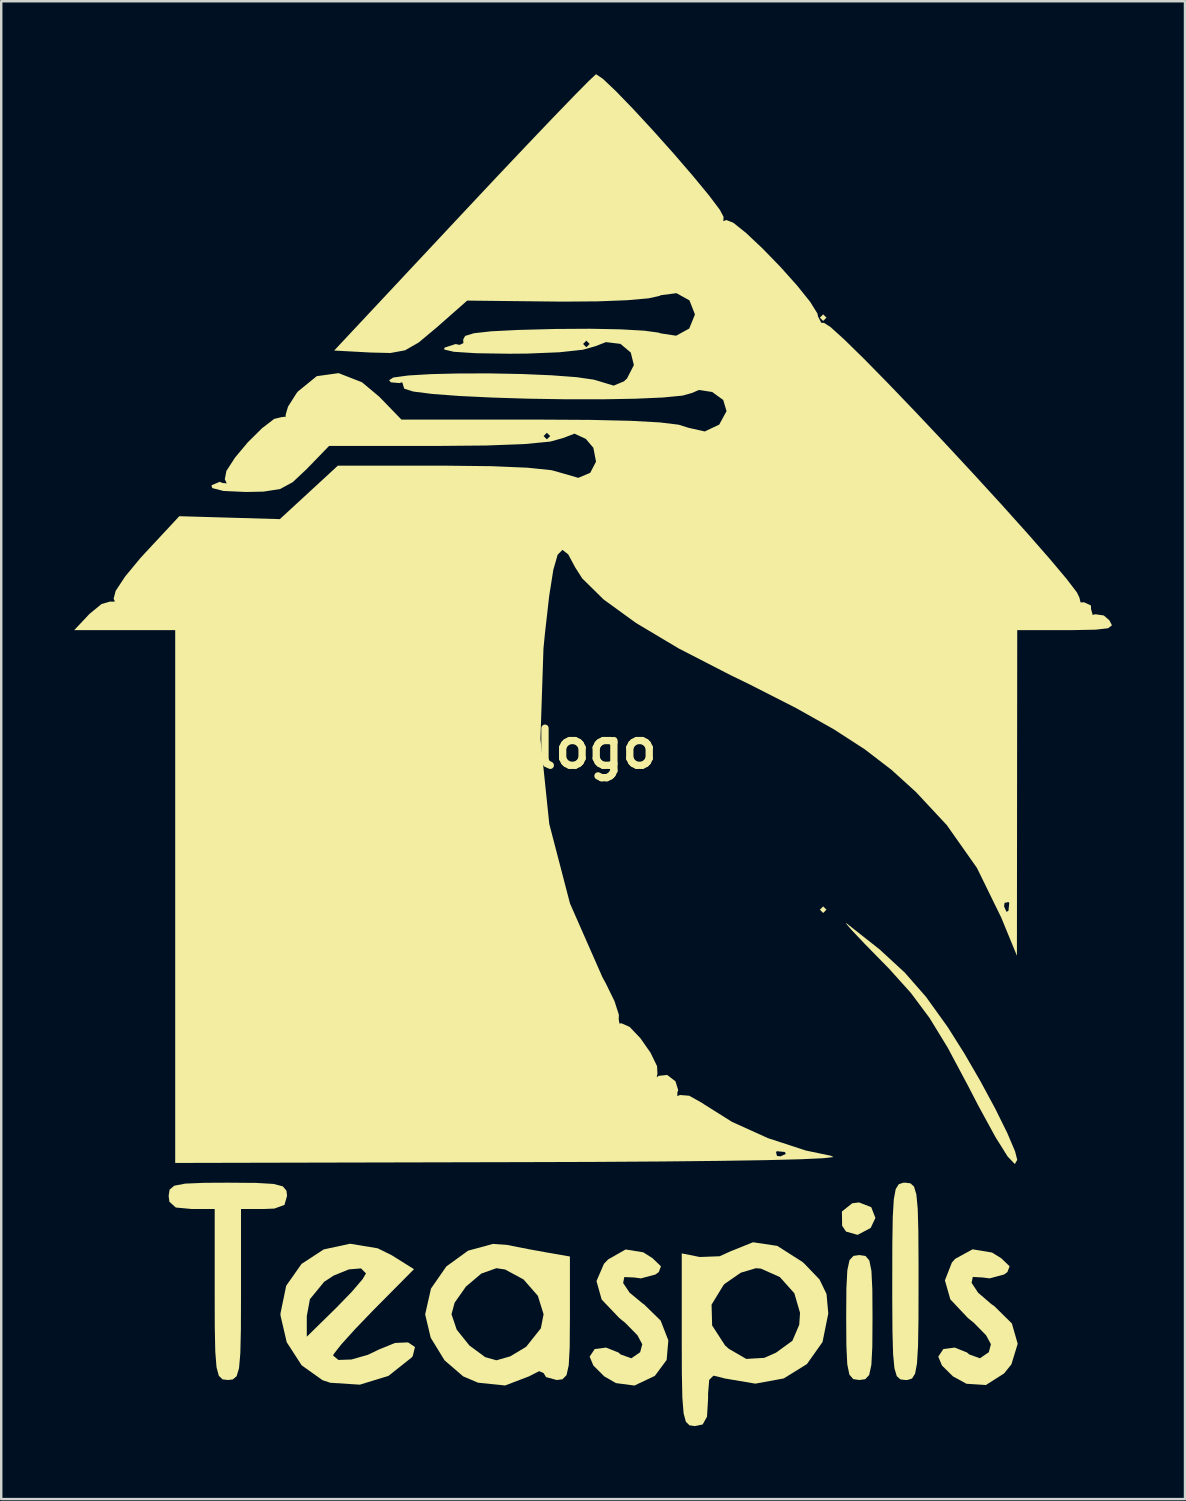
<source format=kicad_pcb>
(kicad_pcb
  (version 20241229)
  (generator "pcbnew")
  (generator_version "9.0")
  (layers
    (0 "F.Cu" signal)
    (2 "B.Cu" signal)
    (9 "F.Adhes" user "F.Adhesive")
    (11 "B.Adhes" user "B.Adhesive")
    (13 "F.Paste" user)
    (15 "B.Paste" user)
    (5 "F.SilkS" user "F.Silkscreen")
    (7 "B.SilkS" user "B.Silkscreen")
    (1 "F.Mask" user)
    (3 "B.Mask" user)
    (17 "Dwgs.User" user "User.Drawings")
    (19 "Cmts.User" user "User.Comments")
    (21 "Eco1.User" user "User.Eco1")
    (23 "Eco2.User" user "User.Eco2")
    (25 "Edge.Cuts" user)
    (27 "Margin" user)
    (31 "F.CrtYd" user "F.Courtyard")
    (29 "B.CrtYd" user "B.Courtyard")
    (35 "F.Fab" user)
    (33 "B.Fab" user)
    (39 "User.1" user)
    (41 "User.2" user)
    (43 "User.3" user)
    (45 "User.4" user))
  (footprint "logo"
    (layer "F.Cu")
    (at 21.441 27.697)
    (property "Reference" "logo" (at 0 0 0) (layer "F.SilkS") (effects (font (size 1.524 1.524) (thickness 0.3))))
    (attr board_only exclude_from_pos_files exclude_from_bom)
    (fp_poly (pts (xy 9.457 -17.699) (xy 9.322 -17.564) (xy 9.187 -17.699) (xy 9.322 -17.834)) (stroke (width 0) (type solid)) (fill yes) (layer "F.SilkS"))
    (fp_poly (pts (xy 9.457 6.62) (xy 9.322 6.755) (xy 9.187 6.62) (xy 9.322 6.485)) (stroke (width 0) (type solid)) (fill yes) (layer "F.SilkS"))
    (fp_poly (pts (xy 11.297 18.84) (xy 11.468 19.282) (xy 11.274 19.693) (xy 10.737 19.977) (xy 10.261 19.842) (xy 10.101 19.603) (xy 10.092 19.017) (xy 10.516 18.68) (xy 10.796 18.645)) (stroke (width 0) (type solid)) (fill yes) (layer "F.SilkS"))
    (fp_poly (pts (xy 11.06 20.845) (xy 11.218 21.028) (xy 11.305 21.456) (xy 11.342 22.229) (xy 11.349 23.373) (xy 11.341 24.567) (xy 11.302 25.319) (xy 11.212 25.733) (xy 11.05 25.906) (xy 10.809 25.94) (xy 10.557 25.902) (xy 10.399 25.719) (xy 10.312 25.291) (xy 10.275 24.518) (xy 10.268 23.373) (xy 10.276 22.18) (xy 10.315 21.427) (xy 10.405 21.014) (xy 10.567 20.841) (xy 10.809 20.806)) (stroke (width 0) (type solid)) (fill yes) (layer "F.SilkS"))
    (fp_poly (pts (xy 11.637 8.249) (xy 12.672 9.202) (xy 13.545 10.199) (xy 14.407 11.398) (xy 14.479 11.507) (xy 15.127 12.535) (xy 15.785 13.671) (xy 16.392 14.796) (xy 16.885 15.794) (xy 17.205 16.547) (xy 17.294 16.896) (xy 17.196 17.069) (xy 16.901 16.761) (xy 16.404 15.968) (xy 15.703 14.685) (xy 15.268 13.845) (xy 14.435 12.283) (xy 13.691 11.067) (xy 12.926 10.041) (xy 12.032 9.047) (xy 11.772 8.782) (xy 11.029 8.024) (xy 10.504 7.469) (xy 10.256 7.184) (xy 10.285 7.183)) (stroke (width 0) (type solid)) (fill yes) (layer "F.SilkS"))
    (fp_poly (pts (xy 12.908 17.861) (xy 13.054 17.994) (xy 13.15 18.314) (xy 13.206 18.901) (xy 13.232 19.836) (xy 13.24 21.199) (xy 13.24 21.887) (xy 13.237 23.445) (xy 13.219 24.543) (xy 13.176 25.26) (xy 13.098 25.679) (xy 12.973 25.878) (xy 12.792 25.937) (xy 12.7 25.94) (xy 12.492 25.914) (xy 12.346 25.781) (xy 12.25 25.461) (xy 12.194 24.873) (xy 12.168 23.938) (xy 12.16 22.576) (xy 12.16 21.887) (xy 12.163 20.329) (xy 12.181 19.232) (xy 12.224 18.514) (xy 12.302 18.096) (xy 12.427 17.897) (xy 12.608 17.837) (xy 12.7 17.834)) (stroke (width 0) (type solid)) (fill yes) (layer "F.SilkS"))
    (fp_poly (pts (xy -13.976 17.843) (xy -13.259 17.885) (xy -12.875 17.984) (xy -12.724 18.161) (xy -12.7 18.374) (xy -12.806 18.747) (xy -13.219 18.897) (xy -13.646 18.915) (xy -14.591 18.915) (xy -14.591 22.428) (xy -14.596 23.862) (xy -14.619 24.842) (xy -14.672 25.453) (xy -14.771 25.783) (xy -14.927 25.916) (xy -15.132 25.94) (xy -15.353 25.911) (xy -15.503 25.764) (xy -15.597 25.414) (xy -15.648 24.775) (xy -15.669 23.76) (xy -15.672 22.428) (xy -15.672 18.915) (xy -16.618 18.915) (xy -17.27 18.854) (xy -17.533 18.618) (xy -17.564 18.374) (xy -17.523 18.118) (xy -17.333 17.958) (xy -16.89 17.873) (xy -16.091 17.839) (xy -15.132 17.834)) (stroke (width 0) (type solid)) (fill yes) (layer "F.SilkS"))
    (fp_poly (pts (xy 16.257 20.703) (xy 16.634 20.936) (xy 16.98 21.268) (xy 16.891 21.505) (xy 16.753 21.606) (xy 16.158 21.765) (xy 15.875 21.728) (xy 15.468 21.706) (xy 15.419 21.949) (xy 15.688 22.355) (xy 16.235 22.825) (xy 16.351 22.903) (xy 17.074 23.618) (xy 17.313 24.451) (xy 17.055 25.295) (xy 16.753 25.67) (xy 16.007 26.145) (xy 15.209 26.094) (xy 14.652 25.79) (xy 14.202 25.343) (xy 14.051 24.979) (xy 14.257 24.669) (xy 14.726 24.607) (xy 15.231 24.809) (xy 15.325 24.89) (xy 15.762 25.047) (xy 16.126 24.798) (xy 16.213 24.47) (xy 16.013 24.1) (xy 15.513 23.591) (xy 15.267 23.392) (xy 14.546 22.627) (xy 14.323 21.847) (xy 14.61 21.113) (xy 14.746 20.961) (xy 15.459 20.571)) (stroke (width 0) (type solid)) (fill yes) (layer "F.SilkS"))
    (fp_poly (pts (xy 1.931 20.694) (xy 2.313 20.936) (xy 2.659 21.268) (xy 2.57 21.505) (xy 2.432 21.606) (xy 1.837 21.765) (xy 1.554 21.728) (xy 1.153 21.711) (xy 1.106 21.955) (xy 1.373 22.354) (xy 1.913 22.8) (xy 1.969 22.837) (xy 2.646 23.498) (xy 2.962 24.31) (xy 2.893 25.115) (xy 2.417 25.758) (xy 2.387 25.78) (xy 1.57 26.167) (xy 0.808 26.066) (xy 0.33 25.79) (xy -0.119 25.343) (xy -0.27 24.979) (xy -0.064 24.669) (xy 0.405 24.607) (xy 0.91 24.809) (xy 1.003 24.89) (xy 1.441 25.047) (xy 1.805 24.798) (xy 1.891 24.47) (xy 1.692 24.1) (xy 1.191 23.591) (xy 0.946 23.392) (xy 0.223 22.633) (xy 0.011 21.875) (xy 0.319 21.163) (xy 0.494 20.983) (xy 1.207 20.577)) (stroke (width 0) (type solid)) (fill yes) (layer "F.SilkS"))
    (fp_poly (pts (xy -8.978 20.529) (xy -8.404 20.812) (xy -7.486 21.387) (xy -9.148 23.063) (xy -9.893 23.837) (xy -10.466 24.47) (xy -10.777 24.865) (xy -10.809 24.934) (xy -10.591 25.115) (xy -10.056 25.097) (xy -9.378 24.905) (xy -8.921 24.684) (xy -8.264 24.417) (xy -7.73 24.394) (xy -7.445 24.584) (xy -7.536 24.955) (xy -7.583 25.016) (xy -8.533 25.769) (xy -9.709 26.131) (xy -10.922 26.053) (xy -11.244 25.946) (xy -12.1 25.336) (xy -12.714 24.387) (xy -12.766 24.161) (xy -11.889 24.161) (xy -10.673 22.968) (xy -10.04 22.315) (xy -9.601 21.802) (xy -9.457 21.561) (xy -9.661 21.355) (xy -10.16 21.396) (xy -10.789 21.651) (xy -11.177 21.907) (xy -11.76 22.619) (xy -11.889 23.314) (xy -11.889 24.161) (xy -12.766 24.161) (xy -12.969 23.288) (xy -12.97 23.206) (xy -12.735 22.067) (xy -12.104 21.17) (xy -11.193 20.575) (xy -10.112 20.342)) (stroke (width 0) (type solid)) (fill yes) (layer "F.SilkS"))
    (fp_poly (pts (xy -3.68 20.388) (xy -2.762 20.568) (xy -1.959 20.714) (xy -1.081 20.866) (xy -1.081 23.403) (xy -1.089 24.588) (xy -1.129 25.333) (xy -1.22 25.74) (xy -1.386 25.909) (xy -1.621 25.94) (xy -2.06 25.821) (xy -2.162 25.655) (xy -2.344 25.576) (xy -2.762 25.79) (xy -3.744 26.164) (xy -4.855 26.05) (xy -5.468 25.788) (xy -6.23 25.131) (xy -6.799 24.203) (xy -7.026 23.248) (xy -7.026 23.238) (xy -5.945 23.238) (xy -5.73 23.873) (xy -5.209 24.522) (xy -4.563 24.999) (xy -4.102 25.13) (xy -3.536 24.969) (xy -2.887 24.58) (xy -2.874 24.57) (xy -2.275 23.817) (xy -2.162 23.238) (xy -2.398 22.481) (xy -2.986 21.809) (xy -3.745 21.399) (xy -4.102 21.347) (xy -4.72 21.567) (xy -5.352 22.102) (xy -5.817 22.765) (xy -5.945 23.238) (xy -7.026 23.238) (xy -6.787 22.182) (xy -6.157 21.275) (xy -5.265 20.627) (xy -4.238 20.348)) (stroke (width 0) (type solid)) (fill yes) (layer "F.SilkS"))
    (fp_poly (pts (xy 7.437 20.43) (xy 8.473 21.091) (xy 8.553 21.163) (xy 9.173 21.811) (xy 9.46 22.405) (xy 9.531 23.192) (xy 9.531 23.215) (xy 9.296 24.379) (xy 8.655 25.285) (xy 7.703 25.875) (xy 6.536 26.089) (xy 5.251 25.871) (xy 5.202 25.853) (xy 4.816 25.76) (xy 4.641 25.934) (xy 4.595 26.495) (xy 4.594 26.733) (xy 4.55 27.447) (xy 4.372 27.766) (xy 4.053 27.832) (xy 3.833 27.802) (xy 3.683 27.657) (xy 3.589 27.309) (xy 3.538 26.673) (xy 3.517 25.664) (xy 3.513 24.285) (xy 3.513 22.843) (xy 4.738 22.843) (xy 4.761 23.699) (xy 5.29 24.516) (xy 5.446 24.657) (xy 6.162 25.073) (xy 6.901 25.03) (xy 7.381 24.819) (xy 8.059 24.327) (xy 8.339 23.671) (xy 8.372 23.181) (xy 8.138 22.376) (xy 7.543 21.711) (xy 6.761 21.363) (xy 6.557 21.347) (xy 5.938 21.532) (xy 5.285 21.984) (xy 5.231 22.036) (xy 4.738 22.843) (xy 3.513 22.843) (xy 3.513 20.739) (xy 4.256 20.887) (xy 5.07 20.856) (xy 5.523 20.65) (xy 6.44 20.281)) (stroke (width 0) (type solid)) (fill yes) (layer "F.SilkS"))
    (fp_poly (pts (xy 0.275 -27.508) (xy 0.813 -26.998) (xy 1.53 -26.257) (xy 2.349 -25.37) (xy 3.191 -24.427) (xy 3.979 -23.513) (xy 4.634 -22.718) (xy 5.078 -22.129) (xy 5.233 -21.834) (xy 5.23 -21.824) (xy 5.222 -21.66) (xy 5.337 -21.711) (xy 5.625 -21.601) (xy 6.158 -21.175) (xy 6.838 -20.534) (xy 7.568 -19.782) (xy 8.25 -19.019) (xy 8.788 -18.349) (xy 9.084 -17.873) (xy 9.112 -17.742) (xy 9.246 -17.487) (xy 9.357 -17.485) (xy 9.624 -17.313) (xy 10.19 -16.801) (xy 10.997 -16.01) (xy 11.988 -15.001) (xy 13.107 -13.835) (xy 14.297 -12.573) (xy 15.501 -11.276) (xy 16.663 -10.006) (xy 17.724 -8.824) (xy 18.63 -7.79) (xy 19.323 -6.965) (xy 19.746 -6.412) (xy 19.849 -6.196) (xy 19.895 -6.002) (xy 20.043 -6.006) (xy 20.321 -5.876) (xy 20.327 -5.722) (xy 20.393 -5.487) (xy 20.499 -5.516) (xy 20.848 -5.466) (xy 21.079 -5.266) (xy 21.185 -5.062) (xy 21.027 -4.941) (xy 20.519 -4.882) (xy 19.572 -4.864) (xy 19.353 -4.864) (xy 17.294 -4.864) (xy 17.287 1.824) (xy 17.281 8.512) (xy 16.633 6.935) (xy 16.412 6.485) (xy 16.753 6.485) (xy 16.852 6.708) (xy 16.933 6.665) (xy 16.966 6.345) (xy 16.933 6.305) (xy 16.773 6.342) (xy 16.753 6.485) (xy 16.412 6.485) (xy 15.64 4.906) (xy 14.402 3.148) (xy 13.134 1.788) (xy 12.128 0.875) (xy 11.036 0.037) (xy 9.763 -0.788) (xy 8.211 -1.661) (xy 6.284 -2.642) (xy 5.516 -3.015) (xy 3.387 -4.111) (xy 1.636 -5.156) (xy 0.303 -6.123) (xy -0.573 -6.985) (xy -0.868 -7.448) (xy -1.152 -7.977) (xy -1.387 -8.16) (xy -1.585 -7.96) (xy -1.762 -7.342) (xy -1.932 -6.268) (xy -2.109 -4.702) (xy -2.167 -4.11) (xy -2.291 -0.396) (xy -1.928 3.099) (xy -1.077 6.366) (xy 0.258 9.401) (xy 0.392 9.644) (xy 0.753 10.382) (xy 0.931 10.938) (xy 0.923 11.115) (xy 0.954 11.298) (xy 1.042 11.288) (xy 1.375 11.438) (xy 1.813 11.898) (xy 2.229 12.493) (xy 2.498 13.046) (xy 2.515 13.348) (xy 2.484 13.504) (xy 2.566 13.445) (xy 2.915 13.408) (xy 3.256 13.671) (xy 3.368 14.037) (xy 3.333 14.123) (xy 3.333 14.279) (xy 3.439 14.232) (xy 3.822 14.263) (xy 4.373 14.573) (xy 4.413 14.604) (xy 5.577 15.336) (xy 7.053 16.004) (xy 8.609 16.513) (xy 9.63 16.726) (xy 9.746 16.78) (xy 9.336 16.828) (xy 8.412 16.871) (xy 6.987 16.908) (xy 5.077 16.938) (xy 2.693 16.963) (xy -0.15 16.981) (xy -3.04 16.99) (xy -17.294 17.023) (xy -17.294 16.573) (xy 7.386 16.573) (xy 7.423 16.734) (xy 7.566 16.753) (xy 7.788 16.654) (xy 7.746 16.573) (xy 7.425 16.541) (xy 7.386 16.573) (xy -17.294 16.573) (xy -17.294 -4.864) (xy -21.441 -4.864) (xy -20.814 -5.531) (xy -20.32 -5.936) (xy -19.944 -6.043) (xy -19.915 -6.03) (xy -19.771 -6.039) (xy -19.824 -6.155) (xy -19.739 -6.477) (xy -19.349 -7.068) (xy -18.734 -7.812) (xy -18.566 -7.996) (xy -17.126 -9.543) (xy -15.061 -9.483) (xy -12.996 -9.423) (xy -10.613 -11.619) (xy -6.249 -11.619) (xy -4.3 -11.598) (xy -2.82 -11.535) (xy -1.833 -11.433) (xy -1.383 -11.306) (xy -0.737 -11.119) (xy -0.246 -11.326) (xy -0.008 -11.785) (xy -0.118 -12.354) (xy -0.427 -12.718) (xy -0.893 -12.934) (xy -1.369 -12.751) (xy -1.894 -12.607) (xy -2.944 -12.506) (xy -4.523 -12.447) (xy -6.428 -12.43) (xy -10.973 -12.43) (xy -11.889 -11.484) (xy -12.465 -10.942) (xy -12.983 -10.66) (xy -13.663 -10.553) (xy -14.39 -10.538) (xy -15.313 -10.58) (xy -15.774 -10.699) (xy -15.805 -10.813) (xy -15.467 -10.955) (xy -15.342 -10.906) (xy -15.178 -10.891) (xy -15.257 -11.062) (xy -15.191 -11.404) (xy -14.834 -11.954) (xy -14.308 -12.582) (xy -14.052 -12.835) (xy -2.162 -12.835) (xy -2.027 -12.7) (xy -1.891 -12.835) (xy -2.027 -12.97) (xy -2.162 -12.835) (xy -14.052 -12.835) (xy -13.731 -13.154) (xy -13.226 -13.541) (xy -12.919 -13.614) (xy -12.749 -13.633) (xy -12.761 -13.698) (xy -12.66 -14.044) (xy -12.314 -14.589) (xy -12.256 -14.664) (xy -11.48 -15.295) (xy -10.583 -15.42) (xy -9.622 -15.045) (xy -8.917 -14.456) (xy -8 -13.511) (xy -2.375 -13.511) (xy -0.229 -13.499) (xy 1.418 -13.461) (xy 2.609 -13.396) (xy 3.385 -13.302) (xy 3.788 -13.175) (xy 4.457 -13.024) (xy 5.052 -13.305) (xy 5.353 -13.859) (xy 5.216 -14.318) (xy 4.762 -14.646) (xy 4.217 -14.728) (xy 3.934 -14.605) (xy 3.547 -14.497) (xy 2.743 -14.419) (xy 1.615 -14.369) (xy 0.258 -14.345) (xy -1.237 -14.346) (xy -2.777 -14.37) (xy -4.267 -14.416) (xy -5.616 -14.481) (xy -6.73 -14.564) (xy -7.517 -14.664) (xy -7.883 -14.779) (xy -7.897 -14.814) (xy -7.969 -15.045) (xy -8.081 -15.012) (xy -8.434 -15.042) (xy -8.509 -15.128) (xy -8.335 -15.24) (xy -7.726 -15.323) (xy -6.787 -15.379) (xy -5.623 -15.407) (xy -4.34 -15.408) (xy -3.041 -15.383) (xy -1.832 -15.331) (xy -0.817 -15.255) (xy -0.102 -15.153) (xy 0.132 -15.084) (xy 0.717 -14.907) (xy 1.137 -15.082) (xy 1.263 -15.198) (xy 1.547 -15.751) (xy 1.418 -16.267) (xy 0.995 -16.622) (xy 0.399 -16.694) (xy -0.032 -16.526) (xy -0.548 -16.381) (xy -1.511 -16.277) (xy -2.832 -16.223) (xy -3.577 -16.217) (xy -4.952 -16.238) (xy -5.851 -16.297) (xy -6.249 -16.391) (xy -6.228 -16.469) (xy -5.775 -16.615) (xy -5.613 -16.58) (xy -5.53 -16.618) (xy -0.54 -16.618) (xy -0.405 -16.483) (xy -0.27 -16.618) (xy -0.405 -16.753) (xy -0.54 -16.618) (xy -5.53 -16.618) (xy -5.456 -16.652) (xy -5.465 -16.801) (xy -5.383 -16.949) (xy -5.023 -17.059) (xy -4.318 -17.138) (xy -3.203 -17.194) (xy -1.685 -17.234) (xy -0.262 -17.243) (xy 0.994 -17.219) (xy 1.971 -17.164) (xy 2.557 -17.085) (xy 2.645 -17.054) (xy 3.283 -16.957) (xy 3.821 -17.252) (xy 4.053 -17.824) (xy 4.053 -17.838) (xy 3.83 -18.408) (xy 3.296 -18.704) (xy 2.653 -18.621) (xy 2.603 -18.594) (xy 2.151 -18.493) (xy 1.268 -18.415) (xy 0.061 -18.368) (xy -1.36 -18.357) (xy -1.594 -18.359) (xy -5.301 -18.399) (xy -6.558 -17.292) (xy -7.293 -16.678) (xy -7.853 -16.357) (xy -8.454 -16.247) (xy -9.29 -16.267) (xy -10.764 -16.348) (xy -5.454 -22.022) (xy -4.091 -23.475) (xy -2.847 -24.79) (xy -1.771 -25.918) (xy -0.909 -26.81) (xy -0.311 -27.416) (xy -0.022 -27.687) (xy -0.005 -27.697)) (stroke (width 0) (type solid)) (fill yes) (layer "F.SilkS")))
  (gr_rect
    (start -3 -3)
    (end 45.626 58.529)
    (stroke (width 0.1) (type default))
    (fill no)
    (layer "Edge.Cuts")))
</source>
